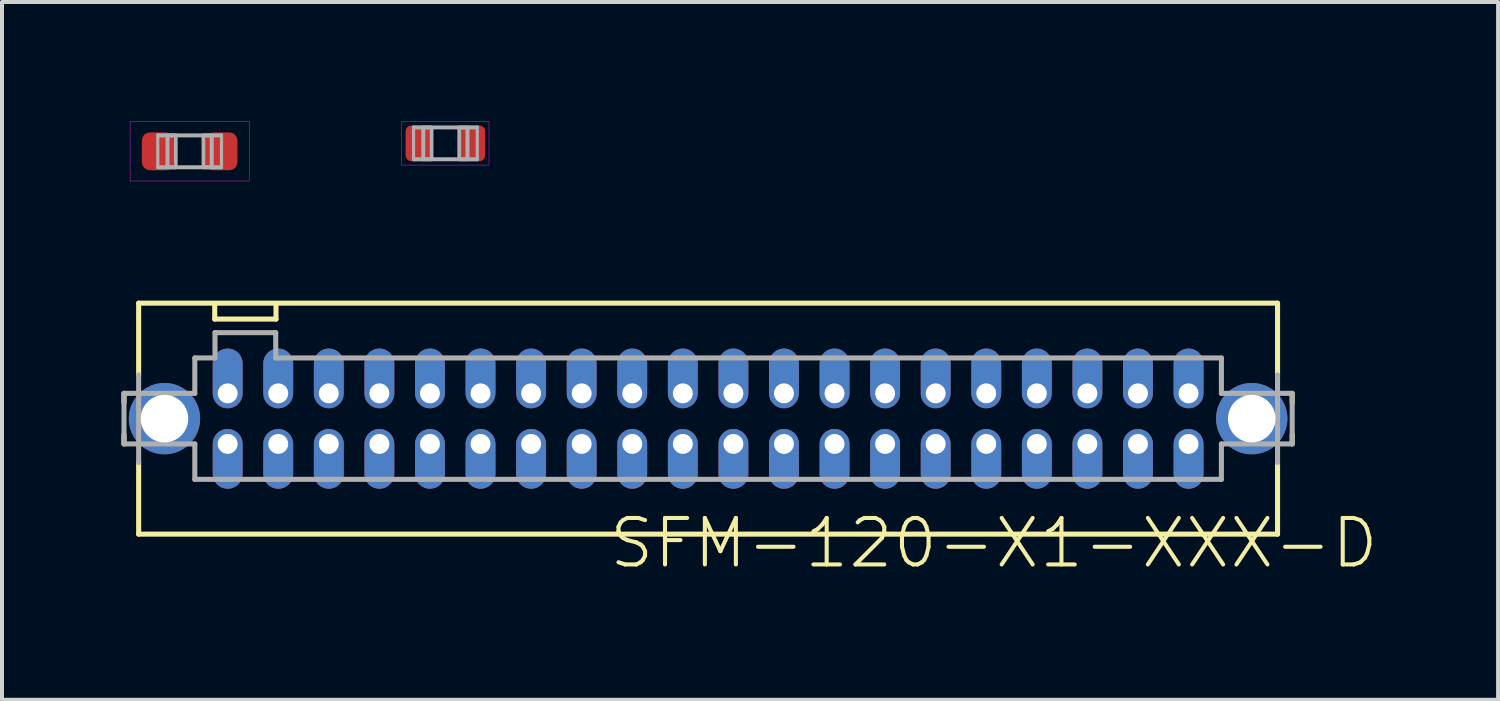
<source format=kicad_pcb>
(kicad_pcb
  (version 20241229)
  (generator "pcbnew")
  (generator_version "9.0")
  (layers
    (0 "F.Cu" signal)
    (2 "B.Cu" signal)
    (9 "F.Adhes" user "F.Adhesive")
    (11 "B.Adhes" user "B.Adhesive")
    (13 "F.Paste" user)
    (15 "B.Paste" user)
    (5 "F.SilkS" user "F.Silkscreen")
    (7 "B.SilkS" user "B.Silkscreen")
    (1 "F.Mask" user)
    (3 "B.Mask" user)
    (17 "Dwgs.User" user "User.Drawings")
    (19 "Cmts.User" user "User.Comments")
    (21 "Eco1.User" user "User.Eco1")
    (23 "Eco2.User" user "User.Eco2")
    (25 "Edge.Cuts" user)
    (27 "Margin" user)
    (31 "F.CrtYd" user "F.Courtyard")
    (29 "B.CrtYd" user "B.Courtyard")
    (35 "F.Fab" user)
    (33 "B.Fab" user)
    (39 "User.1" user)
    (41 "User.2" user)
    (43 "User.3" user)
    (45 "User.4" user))
  (footprint ".0603-C-NOSILK"
    (layer "F.Cu")
    (at 8.135 0.55)
    (property "Reference" ".0603-C-NOSILK" (at 0 0 0) (layer "F.Mask") (effects (font (size 0.255 0.255) (thickness 0.045))))
    (fp_line (start -0.845 -0.295) (end -0.845 0.295) (stroke (width 0.43) (type solid)) (layer "F.Mask"))
    (fp_line (start -0.8 0.41) (end -0.8 -0.41) (stroke (width 0.08) (type solid)) (layer "F.Mask"))
    (fp_line (start -0.79 -0.4) (end 0.79 -0.4) (stroke (width 0.1) (type solid)) (layer "F.Mask"))
    (fp_line (start -0.555 -0.295) (end -0.845 -0.295) (stroke (width 0.43) (type solid)) (layer "F.Mask"))
    (fp_line (start -0.555 -0.295) (end -0.555 0.295) (stroke (width 0.43) (type solid)) (layer "F.Mask"))
    (fp_line (start -0.555 0.295) (end -0.845 0.295) (stroke (width 0.43) (type solid)) (layer "F.Mask"))
    (fp_line (start 0.555 -0.295) (end 0.555 0.295) (stroke (width 0.43) (type solid)) (layer "F.Mask"))
    (fp_line (start 0.79 0.4) (end -0.79 0.4) (stroke (width 0.1) (type solid)) (layer "F.Mask"))
    (fp_line (start 0.8 -0.41) (end 0.8 0.41) (stroke (width 0.08) (type solid)) (layer "F.Mask"))
    (fp_line (start 0.845 -0.295) (end 0.555 -0.295) (stroke (width 0.43) (type solid)) (layer "F.Mask"))
    (fp_line (start 0.845 -0.295) (end 0.845 0.295) (stroke (width 0.43) (type solid)) (layer "F.Mask"))
    (fp_line (start 0.845 0.295) (end 0.555 0.295) (stroke (width 0.43) (type solid)) (layer "F.Mask"))
    (fp_line (start -1.095 -0.545) (end -1.095 0.545) (stroke (width 0.01) (type solid)) (layer "F.CrtYd"))
    (fp_line (start -1.095 0.545) (end 1.095 0.545) (stroke (width 0.01) (type solid)) (layer "F.CrtYd"))
    (fp_line (start 1.095 -0.545) (end -1.095 -0.545) (stroke (width 0.01) (type solid)) (layer "F.CrtYd"))
    (fp_line (start 1.095 0.545) (end 1.095 -0.545) (stroke (width 0.01) (type solid)) (layer "F.CrtYd"))
    (fp_line (start -0.8 0.41) (end -0.8 -0.41) (stroke (width 0.08) (type solid)) (layer "F.Fab"))
    (fp_line (start -0.79 -0.4) (end 0.79 -0.4) (stroke (width 0.1) (type solid)) (layer "F.Fab"))
    (fp_line (start 0.79 0.4) (end -0.79 0.4) (stroke (width 0.1) (type solid)) (layer "F.Fab"))
    (fp_line (start 0.8 -0.41) (end 0.8 0.41) (stroke (width 0.08) (type solid)) (layer "F.Fab"))
    (fp_poly (pts (xy -0.555 0.4) (xy -0.35 0.4) (xy -0.35 -0.4) (xy -0.555 -0.4)) (stroke (width 0.1) (type solid)) (fill no) (layer "F.Fab"))
    (fp_poly (pts (xy 0.35 0.4) (xy 0.555 0.4) (xy 0.555 -0.4) (xy 0.35 -0.4)) (stroke (width 0.1) (type solid)) (fill no) (layer "F.Fab"))
    (pad "1" smd roundrect (at -0.7 0) (size 0.6 0.9) (layers "F.Cu" "F.Paste") (roundrect_rratio 0.25))
    (pad "2" smd roundrect (at 0.7 0) (size 0.6 0.9) (layers "F.Cu" "F.Paste") (roundrect_rratio 0.25)))
  (footprint "SFM-120-X1-XXX-D"
    (layer "F.Cu")
    (at 14.732 7.463)
    (property "Reference" "SFM-120-X1-XXX-D" (at -2.54 3.81 0) (layer "F.SilkS") (effects (font (size 1.168 1.168) (thickness 0.102)) (justify left bottom)))
    (fp_line (start -14.668 -0.635) (end -14.668 -0.4) (stroke (width 0.127) (type solid)) (layer "F.SilkS"))
    (fp_line (start -14.668 0.4) (end -14.668 0.635) (stroke (width 0.127) (type solid)) (layer "F.SilkS"))
    (fp_line (start -14.3 -2.9) (end 14.3 -2.9) (stroke (width 0.127) (type solid)) (layer "F.SilkS"))
    (fp_line (start -14.3 -1.1) (end -14.3 -2.9) (stroke (width 0.127) (type solid)) (layer "F.SilkS"))
    (fp_line (start -14.3 2.9) (end -14.3 1.1) (stroke (width 0.127) (type solid)) (layer "F.SilkS"))
    (fp_line (start -12.39 -2.5) (end -12.39 -2.867) (stroke (width 0.127) (type solid)) (layer "F.SilkS"))
    (fp_line (start -12.39 -2.5) (end -10.851 -2.5) (stroke (width 0.127) (type solid)) (layer "F.SilkS"))
    (fp_line (start -10.851 -2.867) (end -10.851 -2.5) (stroke (width 0.127) (type solid)) (layer "F.SilkS"))
    (fp_line (start 14.3 -1.1) (end 14.3 -2.9) (stroke (width 0.127) (type solid)) (layer "F.SilkS"))
    (fp_line (start 14.3 1.1) (end 14.3 2.9) (stroke (width 0.127) (type solid)) (layer "F.SilkS"))
    (fp_line (start 14.3 2.9) (end -14.3 2.9) (stroke (width 0.127) (type solid)) (layer "F.SilkS"))
    (fp_line (start 14.668 -0.635) (end 14.668 -0.4) (stroke (width 0.127) (type solid)) (layer "F.SilkS"))
    (fp_line (start 14.668 0.4) (end 14.668 0.635) (stroke (width 0.127) (type solid)) (layer "F.SilkS"))
    (fp_line (start -14.668 -0.635) (end -12.89 -0.635) (stroke (width 0.127) (type solid)) (layer "F.Fab"))
    (fp_line (start -14.668 0.635) (end -14.668 -0.635) (stroke (width 0.127) (type solid)) (layer "F.Fab"))
    (fp_line (start -14.3 -1.1) (end -14.3 1.1) (stroke (width 0.127) (type solid)) (layer "F.Fab"))
    (fp_line (start -12.89 -1.524) (end -12.383 -1.524) (stroke (width 0.127) (type solid)) (layer "F.Fab"))
    (fp_line (start -12.89 -0.635) (end -12.89 -1.524) (stroke (width 0.127) (type solid)) (layer "F.Fab"))
    (fp_line (start -12.89 0.635) (end -14.668 0.635) (stroke (width 0.127) (type solid)) (layer "F.Fab"))
    (fp_line (start -12.89 1.524) (end -12.89 0.635) (stroke (width 0.127) (type solid)) (layer "F.Fab"))
    (fp_line (start -12.383 -2.159) (end -10.858 -2.159) (stroke (width 0.127) (type solid)) (layer "F.Fab"))
    (fp_line (start -12.383 -1.524) (end -12.383 -2.159) (stroke (width 0.127) (type solid)) (layer "F.Fab"))
    (fp_line (start -10.858 -2.159) (end -10.858 -1.524) (stroke (width 0.127) (type solid)) (layer "F.Fab"))
    (fp_line (start -10.858 -1.524) (end 12.89 -1.524) (stroke (width 0.127) (type solid)) (layer "F.Fab"))
    (fp_line (start 12.89 -1.524) (end 12.89 -0.635) (stroke (width 0.127) (type solid)) (layer "F.Fab"))
    (fp_line (start 12.89 -0.635) (end 14.668 -0.635) (stroke (width 0.127) (type solid)) (layer "F.Fab"))
    (fp_line (start 12.89 0.635) (end 12.89 1.524) (stroke (width 0.127) (type solid)) (layer "F.Fab"))
    (fp_line (start 12.89 1.524) (end -12.89 1.524) (stroke (width 0.127) (type solid)) (layer "F.Fab"))
    (fp_line (start 14.3 -1.1) (end 14.3 1.1) (stroke (width 0.127) (type solid)) (layer "F.Fab"))
    (fp_line (start 14.668 -0.635) (end 14.668 0.635) (stroke (width 0.127) (type solid)) (layer "F.Fab"))
    (fp_line (start 14.668 0.635) (end 12.89 0.635) (stroke (width 0.127) (type solid)) (layer "F.Fab"))
    (pad "1" thru_hole oval (at 12.065 0.635 270) (size 1.5 0.75) (drill 0.5 (offset 0.375 0)) (layers "*.Cu" "*.Mask"))
    (pad "2" thru_hole oval (at 12.065 -0.635 90) (size 1.5 0.75) (drill 0.5 (offset 0.375 0)) (layers "*.Cu" "*.Mask"))
    (pad "3" thru_hole oval (at 10.795 0.635 270) (size 1.5 0.75) (drill 0.5 (offset 0.375 0)) (layers "*.Cu" "*.Mask"))
    (pad "4" thru_hole oval (at 10.795 -0.635 90) (size 1.5 0.75) (drill 0.5 (offset 0.375 0)) (layers "*.Cu" "*.Mask"))
    (pad "5" thru_hole oval (at 9.525 0.635 270) (size 1.5 0.75) (drill 0.5 (offset 0.375 0)) (layers "*.Cu" "*.Mask"))
    (pad "6" thru_hole oval (at 9.525 -0.635 90) (size 1.5 0.75) (drill 0.5 (offset 0.375 0)) (layers "*.Cu" "*.Mask"))
    (pad "7" thru_hole oval (at 8.255 0.635 270) (size 1.5 0.75) (drill 0.5 (offset 0.375 0)) (layers "*.Cu" "*.Mask"))
    (pad "8" thru_hole oval (at 8.255 -0.635 90) (size 1.5 0.75) (drill 0.5 (offset 0.375 0)) (layers "*.Cu" "*.Mask"))
    (pad "9" thru_hole oval (at 6.985 0.635 270) (size 1.5 0.75) (drill 0.5 (offset 0.375 0)) (layers "*.Cu" "*.Mask"))
    (pad "10" thru_hole oval (at 6.985 -0.635 90) (size 1.5 0.75) (drill 0.5 (offset 0.375 0)) (layers "*.Cu" "*.Mask"))
    (pad "11" thru_hole oval (at 5.715 0.635 270) (size 1.5 0.75) (drill 0.5 (offset 0.375 0)) (layers "*.Cu" "*.Mask"))
    (pad "12" thru_hole oval (at 5.715 -0.635 90) (size 1.5 0.75) (drill 0.5 (offset 0.375 0)) (layers "*.Cu" "*.Mask"))
    (pad "13" thru_hole oval (at 4.445 0.635 270) (size 1.5 0.75) (drill 0.5 (offset 0.375 0)) (layers "*.Cu" "*.Mask"))
    (pad "14" thru_hole oval (at 4.445 -0.635 90) (size 1.5 0.75) (drill 0.5 (offset 0.375 0)) (layers "*.Cu" "*.Mask"))
    (pad "15" thru_hole oval (at 3.175 0.635 270) (size 1.5 0.75) (drill 0.5 (offset 0.375 0)) (layers "*.Cu" "*.Mask"))
    (pad "16" thru_hole oval (at 3.175 -0.635 90) (size 1.5 0.75) (drill 0.5 (offset 0.375 0)) (layers "*.Cu" "*.Mask"))
    (pad "17" thru_hole oval (at 1.905 0.635 270) (size 1.5 0.75) (drill 0.5 (offset 0.375 0)) (layers "*.Cu" "*.Mask"))
    (pad "18" thru_hole oval (at 1.905 -0.635 90) (size 1.5 0.75) (drill 0.5 (offset 0.375 0)) (layers "*.Cu" "*.Mask"))
    (pad "19" thru_hole oval (at 0.635 0.635 270) (size 1.5 0.75) (drill 0.5 (offset 0.375 0)) (layers "*.Cu" "*.Mask"))
    (pad "20" thru_hole oval (at 0.635 -0.635 90) (size 1.5 0.75) (drill 0.5 (offset 0.375 0)) (layers "*.Cu" "*.Mask"))
    (pad "21" thru_hole oval (at -0.635 0.635 270) (size 1.5 0.75) (drill 0.5 (offset 0.375 0)) (layers "*.Cu" "*.Mask"))
    (pad "22" thru_hole oval (at -0.635 -0.635 90) (size 1.5 0.75) (drill 0.5 (offset 0.375 0)) (layers "*.Cu" "*.Mask"))
    (pad "23" thru_hole oval (at -1.905 0.635 270) (size 1.5 0.75) (drill 0.5 (offset 0.375 0)) (layers "*.Cu" "*.Mask"))
    (pad "24" thru_hole oval (at -1.905 -0.635 90) (size 1.5 0.75) (drill 0.5 (offset 0.375 0)) (layers "*.Cu" "*.Mask"))
    (pad "25" thru_hole oval (at -3.175 0.635 270) (size 1.5 0.75) (drill 0.5 (offset 0.375 0)) (layers "*.Cu" "*.Mask"))
    (pad "26" thru_hole oval (at -3.175 -0.635 90) (size 1.5 0.75) (drill 0.5 (offset 0.375 0)) (layers "*.Cu" "*.Mask"))
    (pad "27" thru_hole oval (at -4.445 0.635 270) (size 1.5 0.75) (drill 0.5 (offset 0.375 0)) (layers "*.Cu" "*.Mask"))
    (pad "28" thru_hole oval (at -4.445 -0.635 90) (size 1.5 0.75) (drill 0.5 (offset 0.375 0)) (layers "*.Cu" "*.Mask"))
    (pad "29" thru_hole oval (at -5.715 0.635 270) (size 1.5 0.75) (drill 0.5 (offset 0.375 0)) (layers "*.Cu" "*.Mask"))
    (pad "30" thru_hole oval (at -5.715 -0.635 90) (size 1.5 0.75) (drill 0.5 (offset 0.375 0)) (layers "*.Cu" "*.Mask"))
    (pad "31" thru_hole oval (at -6.985 0.635 270) (size 1.5 0.75) (drill 0.5 (offset 0.375 0)) (layers "*.Cu" "*.Mask"))
    (pad "32" thru_hole oval (at -6.985 -0.635 90) (size 1.5 0.75) (drill 0.5 (offset 0.375 0)) (layers "*.Cu" "*.Mask"))
    (pad "33" thru_hole oval (at -8.255 0.635 270) (size 1.5 0.75) (drill 0.5 (offset 0.375 0)) (layers "*.Cu" "*.Mask"))
    (pad "34" thru_hole oval (at -8.255 -0.635 90) (size 1.5 0.75) (drill 0.5 (offset 0.375 0)) (layers "*.Cu" "*.Mask"))
    (pad "35" thru_hole oval (at -9.525 0.635 270) (size 1.5 0.75) (drill 0.5 (offset 0.375 0)) (layers "*.Cu" "*.Mask"))
    (pad "36" thru_hole oval (at -9.525 -0.635 90) (size 1.5 0.75) (drill 0.5 (offset 0.375 0)) (layers "*.Cu" "*.Mask"))
    (pad "37" thru_hole oval (at -10.795 0.635 270) (size 1.5 0.75) (drill 0.5 (offset 0.375 0)) (layers "*.Cu" "*.Mask"))
    (pad "38" thru_hole oval (at -10.795 -0.635 90) (size 1.5 0.75) (drill 0.5 (offset 0.375 0)) (layers "*.Cu" "*.Mask"))
    (pad "39" thru_hole oval (at -12.065 0.635 270) (size 1.5 0.75) (drill 0.5 (offset 0.375 0)) (layers "*.Cu" "*.Mask"))
    (pad "40" thru_hole oval (at -12.065 -0.635 90) (size 1.5 0.75) (drill 0.5 (offset 0.375 0)) (layers "*.Cu" "*.Mask"))
    (pad "LC1" thru_hole circle (at 13.652 0) (size 1.791 1.791) (drill 1.194) (layers "*.Cu" "*.Mask"))
    (pad "LC2" thru_hole circle (at -13.652 0) (size 1.791 1.791) (drill 1.194) (layers "*.Cu" "*.Mask")))
  (footprint ".0603-B-NOSILK"
    (layer "F.Cu")
    (at 1.712 0.75)
    (property "Reference" ".0603-B-NOSILK" (at 0 0 0) (layer "F.Mask") (effects (font (size 0.255 0.255) (thickness 0.045))))
    (fp_line (start -0.8 0.41) (end -0.8 -0.41) (stroke (width 0.08) (type solid)) (layer "F.Mask"))
    (fp_line (start -0.79 -0.4) (end 0.79 -0.4) (stroke (width 0.1) (type solid)) (layer "F.Mask"))
    (fp_line (start 0.79 0.4) (end -0.79 0.4) (stroke (width 0.1) (type solid)) (layer "F.Mask"))
    (fp_line (start 0.8 -0.41) (end 0.8 0.41) (stroke (width 0.08) (type solid)) (layer "F.Mask"))
    (fp_poly (pts (xy -0.34 0.54) (xy -1.26 0.54) (xy -1.26 -0.54) (xy -0.34 -0.54)) (stroke (width 0) (type solid)) (fill yes) (layer "F.Mask"))
    (fp_poly (pts (xy 1.26 0.54) (xy 0.34 0.54) (xy 0.34 -0.54) (xy 1.26 -0.54)) (stroke (width 0) (type solid)) (fill yes) (layer "F.Mask"))
    (fp_line (start -1.495 -0.745) (end -1.495 0.745) (stroke (width 0.01) (type solid)) (layer "F.CrtYd"))
    (fp_line (start -1.495 0.745) (end 1.495 0.745) (stroke (width 0.01) (type solid)) (layer "F.CrtYd"))
    (fp_line (start 1.495 -0.745) (end -1.495 -0.745) (stroke (width 0.01) (type solid)) (layer "F.CrtYd"))
    (fp_line (start 1.495 0.745) (end 1.495 -0.745) (stroke (width 0.01) (type solid)) (layer "F.CrtYd"))
    (fp_line (start -0.8 0.41) (end -0.8 -0.41) (stroke (width 0.08) (type solid)) (layer "F.Fab"))
    (fp_line (start -0.79 -0.4) (end 0.79 -0.4) (stroke (width 0.1) (type solid)) (layer "F.Fab"))
    (fp_line (start 0.79 0.4) (end -0.79 0.4) (stroke (width 0.1) (type solid)) (layer "F.Fab"))
    (fp_line (start 0.8 -0.41) (end 0.8 0.41) (stroke (width 0.08) (type solid)) (layer "F.Fab"))
    (fp_poly (pts (xy -0.555 0.4) (xy -0.35 0.4) (xy -0.35 -0.4) (xy -0.555 -0.4)) (stroke (width 0.1) (type solid)) (fill no) (layer "F.Fab"))
    (fp_poly (pts (xy 0.35 0.4) (xy 0.555 0.4) (xy 0.555 -0.4) (xy 0.35 -0.4)) (stroke (width 0.1) (type solid)) (fill no) (layer "F.Fab"))
    (pad "1" smd roundrect (at -0.8 0) (size 0.8 0.95) (layers "F.Cu" "F.Paste") (roundrect_rratio 0.25))
    (pad "2" smd roundrect (at 0.8 0) (size 0.8 0.95) (layers "F.Cu" "F.Paste") (roundrect_rratio 0.25)))
  (gr_rect
    (start -3 -3)
    (end 34.57 14.524)
    (stroke (width 0.1) (type default))
    (fill no)
    (layer "Edge.Cuts")))
</source>
